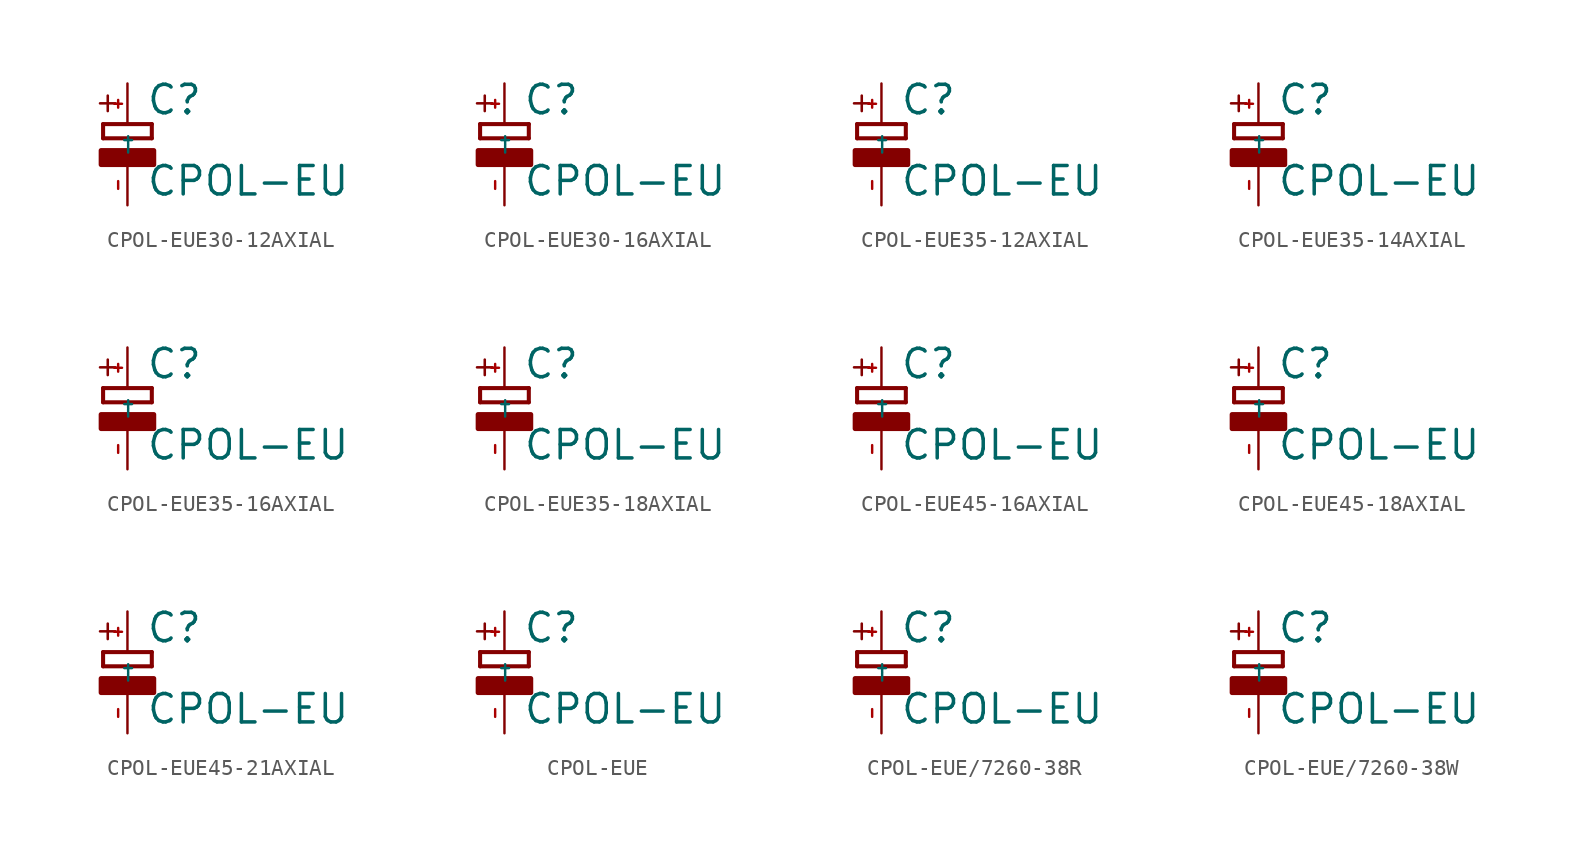
<source format=kicad_sym>
(kicad_symbol_lib
  (version 20220914)
  (generator Eagle2Kicad)
  (symbol "CPOL-EUE30-12AXIAL"
    (property "Reference" "C"
      (at 1.143 0.483 0)
      (effects (font (size 1.778 1.778) (thickness 0.22)) (justify left bottom)))
    (property "Value" "CPOL-EU"
      (at 1.143 -4.597 0)
      (effects (font (size 1.778 1.778) (thickness 0.22)) (justify left bottom)))
    (polyline
      (pts (xy -1.524 -0.889) (xy 1.524 -0.889))
      (stroke (width 0.254) (type default))
      (fill (type none)))
    (polyline
      (pts (xy 1.524 -0.889) (xy 1.524 0))
      (stroke (width 0.254) (type default))
      (fill (type none)))
    (polyline
      (pts (xy -1.524 0) (xy -1.524 -0.889))
      (stroke (width 0.254) (type default))
      (fill (type none)))
    (polyline
      (pts (xy -1.524 0) (xy 1.524 0))
      (stroke (width 0.254) (type default))
      (fill (type none)))
    (text "+"
      (at -0.584 0.406 900)
      (effects (font (size 1.27 1.27) (thickness 0.16)) (justify left bottom)))
    (rectangle
      (start -1.651 -2.54)
      (end 1.651 -1.651)
      (stroke (width 0.3) (type default))
      (fill (type outline)))
    (pin passive line
      (at 0 -5.08 90)
      (length 2.54)
      (name "-" (effects (font (size 0.635 0.635) (thickness 0.08)) (justify left bottom)))
      (number "-" (effects (font (size 0.635 0.635) (thickness 0.08)) (justify left bottom))))
    (pin passive line
      (at 0 2.54 270)
      (length 2.54)
      (name "+" (effects (font (size 0.635 0.635) (thickness 0.08)) (justify left bottom)))
      (number "+" (effects (font (size 0.635 0.635) (thickness 0.08)) (justify left bottom)))))
  (symbol "CPOL-EUE30-16AXIAL"
    (property "Reference" "C"
      (at 1.143 0.483 0)
      (effects (font (size 1.778 1.778) (thickness 0.22)) (justify left bottom)))
    (property "Value" "CPOL-EU"
      (at 1.143 -4.597 0)
      (effects (font (size 1.778 1.778) (thickness 0.22)) (justify left bottom)))
    (polyline
      (pts (xy -1.524 -0.889) (xy 1.524 -0.889))
      (stroke (width 0.254) (type default))
      (fill (type none)))
    (polyline
      (pts (xy 1.524 -0.889) (xy 1.524 0))
      (stroke (width 0.254) (type default))
      (fill (type none)))
    (polyline
      (pts (xy -1.524 0) (xy -1.524 -0.889))
      (stroke (width 0.254) (type default))
      (fill (type none)))
    (polyline
      (pts (xy -1.524 0) (xy 1.524 0))
      (stroke (width 0.254) (type default))
      (fill (type none)))
    (text "+"
      (at -0.584 0.406 900)
      (effects (font (size 1.27 1.27) (thickness 0.16)) (justify left bottom)))
    (rectangle
      (start -1.651 -2.54)
      (end 1.651 -1.651)
      (stroke (width 0.3) (type default))
      (fill (type outline)))
    (pin passive line
      (at 0 -5.08 90)
      (length 2.54)
      (name "-" (effects (font (size 0.635 0.635) (thickness 0.08)) (justify left bottom)))
      (number "-" (effects (font (size 0.635 0.635) (thickness 0.08)) (justify left bottom))))
    (pin passive line
      (at 0 2.54 270)
      (length 2.54)
      (name "+" (effects (font (size 0.635 0.635) (thickness 0.08)) (justify left bottom)))
      (number "+" (effects (font (size 0.635 0.635) (thickness 0.08)) (justify left bottom)))))
  (symbol "CPOL-EUE35-12AXIAL"
    (property "Reference" "C"
      (at 1.143 0.483 0)
      (effects (font (size 1.778 1.778) (thickness 0.22)) (justify left bottom)))
    (property "Value" "CPOL-EU"
      (at 1.143 -4.597 0)
      (effects (font (size 1.778 1.778) (thickness 0.22)) (justify left bottom)))
    (polyline
      (pts (xy -1.524 -0.889) (xy 1.524 -0.889))
      (stroke (width 0.254) (type default))
      (fill (type none)))
    (polyline
      (pts (xy 1.524 -0.889) (xy 1.524 0))
      (stroke (width 0.254) (type default))
      (fill (type none)))
    (polyline
      (pts (xy -1.524 0) (xy -1.524 -0.889))
      (stroke (width 0.254) (type default))
      (fill (type none)))
    (polyline
      (pts (xy -1.524 0) (xy 1.524 0))
      (stroke (width 0.254) (type default))
      (fill (type none)))
    (text "+"
      (at -0.584 0.406 900)
      (effects (font (size 1.27 1.27) (thickness 0.16)) (justify left bottom)))
    (rectangle
      (start -1.651 -2.54)
      (end 1.651 -1.651)
      (stroke (width 0.3) (type default))
      (fill (type outline)))
    (pin passive line
      (at 0 -5.08 90)
      (length 2.54)
      (name "-" (effects (font (size 0.635 0.635) (thickness 0.08)) (justify left bottom)))
      (number "-" (effects (font (size 0.635 0.635) (thickness 0.08)) (justify left bottom))))
    (pin passive line
      (at 0 2.54 270)
      (length 2.54)
      (name "+" (effects (font (size 0.635 0.635) (thickness 0.08)) (justify left bottom)))
      (number "+" (effects (font (size 0.635 0.635) (thickness 0.08)) (justify left bottom)))))
  (symbol "CPOL-EUE35-14AXIAL"
    (property "Reference" "C"
      (at 1.143 0.483 0)
      (effects (font (size 1.778 1.778) (thickness 0.22)) (justify left bottom)))
    (property "Value" "CPOL-EU"
      (at 1.143 -4.597 0)
      (effects (font (size 1.778 1.778) (thickness 0.22)) (justify left bottom)))
    (polyline
      (pts (xy -1.524 -0.889) (xy 1.524 -0.889))
      (stroke (width 0.254) (type default))
      (fill (type none)))
    (polyline
      (pts (xy 1.524 -0.889) (xy 1.524 0))
      (stroke (width 0.254) (type default))
      (fill (type none)))
    (polyline
      (pts (xy -1.524 0) (xy -1.524 -0.889))
      (stroke (width 0.254) (type default))
      (fill (type none)))
    (polyline
      (pts (xy -1.524 0) (xy 1.524 0))
      (stroke (width 0.254) (type default))
      (fill (type none)))
    (text "+"
      (at -0.584 0.406 900)
      (effects (font (size 1.27 1.27) (thickness 0.16)) (justify left bottom)))
    (rectangle
      (start -1.651 -2.54)
      (end 1.651 -1.651)
      (stroke (width 0.3) (type default))
      (fill (type outline)))
    (pin passive line
      (at 0 -5.08 90)
      (length 2.54)
      (name "-" (effects (font (size 0.635 0.635) (thickness 0.08)) (justify left bottom)))
      (number "-" (effects (font (size 0.635 0.635) (thickness 0.08)) (justify left bottom))))
    (pin passive line
      (at 0 2.54 270)
      (length 2.54)
      (name "+" (effects (font (size 0.635 0.635) (thickness 0.08)) (justify left bottom)))
      (number "+" (effects (font (size 0.635 0.635) (thickness 0.08)) (justify left bottom)))))
  (symbol "CPOL-EUE35-16AXIAL"
    (property "Reference" "C"
      (at 1.143 0.483 0)
      (effects (font (size 1.778 1.778) (thickness 0.22)) (justify left bottom)))
    (property "Value" "CPOL-EU"
      (at 1.143 -4.597 0)
      (effects (font (size 1.778 1.778) (thickness 0.22)) (justify left bottom)))
    (polyline
      (pts (xy -1.524 -0.889) (xy 1.524 -0.889))
      (stroke (width 0.254) (type default))
      (fill (type none)))
    (polyline
      (pts (xy 1.524 -0.889) (xy 1.524 0))
      (stroke (width 0.254) (type default))
      (fill (type none)))
    (polyline
      (pts (xy -1.524 0) (xy -1.524 -0.889))
      (stroke (width 0.254) (type default))
      (fill (type none)))
    (polyline
      (pts (xy -1.524 0) (xy 1.524 0))
      (stroke (width 0.254) (type default))
      (fill (type none)))
    (text "+"
      (at -0.584 0.406 900)
      (effects (font (size 1.27 1.27) (thickness 0.16)) (justify left bottom)))
    (rectangle
      (start -1.651 -2.54)
      (end 1.651 -1.651)
      (stroke (width 0.3) (type default))
      (fill (type outline)))
    (pin passive line
      (at 0 -5.08 90)
      (length 2.54)
      (name "-" (effects (font (size 0.635 0.635) (thickness 0.08)) (justify left bottom)))
      (number "-" (effects (font (size 0.635 0.635) (thickness 0.08)) (justify left bottom))))
    (pin passive line
      (at 0 2.54 270)
      (length 2.54)
      (name "+" (effects (font (size 0.635 0.635) (thickness 0.08)) (justify left bottom)))
      (number "+" (effects (font (size 0.635 0.635) (thickness 0.08)) (justify left bottom)))))
  (symbol "CPOL-EUE35-18AXIAL"
    (property "Reference" "C"
      (at 1.143 0.483 0)
      (effects (font (size 1.778 1.778) (thickness 0.22)) (justify left bottom)))
    (property "Value" "CPOL-EU"
      (at 1.143 -4.597 0)
      (effects (font (size 1.778 1.778) (thickness 0.22)) (justify left bottom)))
    (polyline
      (pts (xy -1.524 -0.889) (xy 1.524 -0.889))
      (stroke (width 0.254) (type default))
      (fill (type none)))
    (polyline
      (pts (xy 1.524 -0.889) (xy 1.524 0))
      (stroke (width 0.254) (type default))
      (fill (type none)))
    (polyline
      (pts (xy -1.524 0) (xy -1.524 -0.889))
      (stroke (width 0.254) (type default))
      (fill (type none)))
    (polyline
      (pts (xy -1.524 0) (xy 1.524 0))
      (stroke (width 0.254) (type default))
      (fill (type none)))
    (text "+"
      (at -0.584 0.406 900)
      (effects (font (size 1.27 1.27) (thickness 0.16)) (justify left bottom)))
    (rectangle
      (start -1.651 -2.54)
      (end 1.651 -1.651)
      (stroke (width 0.3) (type default))
      (fill (type outline)))
    (pin passive line
      (at 0 -5.08 90)
      (length 2.54)
      (name "-" (effects (font (size 0.635 0.635) (thickness 0.08)) (justify left bottom)))
      (number "-" (effects (font (size 0.635 0.635) (thickness 0.08)) (justify left bottom))))
    (pin passive line
      (at 0 2.54 270)
      (length 2.54)
      (name "+" (effects (font (size 0.635 0.635) (thickness 0.08)) (justify left bottom)))
      (number "+" (effects (font (size 0.635 0.635) (thickness 0.08)) (justify left bottom)))))
  (symbol "CPOL-EUE45-16AXIAL"
    (property "Reference" "C"
      (at 1.143 0.483 0)
      (effects (font (size 1.778 1.778) (thickness 0.22)) (justify left bottom)))
    (property "Value" "CPOL-EU"
      (at 1.143 -4.597 0)
      (effects (font (size 1.778 1.778) (thickness 0.22)) (justify left bottom)))
    (polyline
      (pts (xy -1.524 -0.889) (xy 1.524 -0.889))
      (stroke (width 0.254) (type default))
      (fill (type none)))
    (polyline
      (pts (xy 1.524 -0.889) (xy 1.524 0))
      (stroke (width 0.254) (type default))
      (fill (type none)))
    (polyline
      (pts (xy -1.524 0) (xy -1.524 -0.889))
      (stroke (width 0.254) (type default))
      (fill (type none)))
    (polyline
      (pts (xy -1.524 0) (xy 1.524 0))
      (stroke (width 0.254) (type default))
      (fill (type none)))
    (text "+"
      (at -0.584 0.406 900)
      (effects (font (size 1.27 1.27) (thickness 0.16)) (justify left bottom)))
    (rectangle
      (start -1.651 -2.54)
      (end 1.651 -1.651)
      (stroke (width 0.3) (type default))
      (fill (type outline)))
    (pin passive line
      (at 0 -5.08 90)
      (length 2.54)
      (name "-" (effects (font (size 0.635 0.635) (thickness 0.08)) (justify left bottom)))
      (number "-" (effects (font (size 0.635 0.635) (thickness 0.08)) (justify left bottom))))
    (pin passive line
      (at 0 2.54 270)
      (length 2.54)
      (name "+" (effects (font (size 0.635 0.635) (thickness 0.08)) (justify left bottom)))
      (number "+" (effects (font (size 0.635 0.635) (thickness 0.08)) (justify left bottom)))))
  (symbol "CPOL-EUE45-18AXIAL"
    (property "Reference" "C"
      (at 1.143 0.483 0)
      (effects (font (size 1.778 1.778) (thickness 0.22)) (justify left bottom)))
    (property "Value" "CPOL-EU"
      (at 1.143 -4.597 0)
      (effects (font (size 1.778 1.778) (thickness 0.22)) (justify left bottom)))
    (polyline
      (pts (xy -1.524 -0.889) (xy 1.524 -0.889))
      (stroke (width 0.254) (type default))
      (fill (type none)))
    (polyline
      (pts (xy 1.524 -0.889) (xy 1.524 0))
      (stroke (width 0.254) (type default))
      (fill (type none)))
    (polyline
      (pts (xy -1.524 0) (xy -1.524 -0.889))
      (stroke (width 0.254) (type default))
      (fill (type none)))
    (polyline
      (pts (xy -1.524 0) (xy 1.524 0))
      (stroke (width 0.254) (type default))
      (fill (type none)))
    (text "+"
      (at -0.584 0.406 900)
      (effects (font (size 1.27 1.27) (thickness 0.16)) (justify left bottom)))
    (rectangle
      (start -1.651 -2.54)
      (end 1.651 -1.651)
      (stroke (width 0.3) (type default))
      (fill (type outline)))
    (pin passive line
      (at 0 -5.08 90)
      (length 2.54)
      (name "-" (effects (font (size 0.635 0.635) (thickness 0.08)) (justify left bottom)))
      (number "-" (effects (font (size 0.635 0.635) (thickness 0.08)) (justify left bottom))))
    (pin passive line
      (at 0 2.54 270)
      (length 2.54)
      (name "+" (effects (font (size 0.635 0.635) (thickness 0.08)) (justify left bottom)))
      (number "+" (effects (font (size 0.635 0.635) (thickness 0.08)) (justify left bottom)))))
  (symbol "CPOL-EUE45-21AXIAL"
    (property "Reference" "C"
      (at 1.143 0.483 0)
      (effects (font (size 1.778 1.778) (thickness 0.22)) (justify left bottom)))
    (property "Value" "CPOL-EU"
      (at 1.143 -4.597 0)
      (effects (font (size 1.778 1.778) (thickness 0.22)) (justify left bottom)))
    (polyline
      (pts (xy -1.524 -0.889) (xy 1.524 -0.889))
      (stroke (width 0.254) (type default))
      (fill (type none)))
    (polyline
      (pts (xy 1.524 -0.889) (xy 1.524 0))
      (stroke (width 0.254) (type default))
      (fill (type none)))
    (polyline
      (pts (xy -1.524 0) (xy -1.524 -0.889))
      (stroke (width 0.254) (type default))
      (fill (type none)))
    (polyline
      (pts (xy -1.524 0) (xy 1.524 0))
      (stroke (width 0.254) (type default))
      (fill (type none)))
    (text "+"
      (at -0.584 0.406 900)
      (effects (font (size 1.27 1.27) (thickness 0.16)) (justify left bottom)))
    (rectangle
      (start -1.651 -2.54)
      (end 1.651 -1.651)
      (stroke (width 0.3) (type default))
      (fill (type outline)))
    (pin passive line
      (at 0 -5.08 90)
      (length 2.54)
      (name "-" (effects (font (size 0.635 0.635) (thickness 0.08)) (justify left bottom)))
      (number "-" (effects (font (size 0.635 0.635) (thickness 0.08)) (justify left bottom))))
    (pin passive line
      (at 0 2.54 270)
      (length 2.54)
      (name "+" (effects (font (size 0.635 0.635) (thickness 0.08)) (justify left bottom)))
      (number "+" (effects (font (size 0.635 0.635) (thickness 0.08)) (justify left bottom)))))
  (symbol "CPOL-EUE"
    (property "Reference" "C"
      (at 1.143 0.483 0)
      (effects (font (size 1.778 1.778) (thickness 0.22)) (justify left bottom)))
    (property "Value" "CPOL-EU"
      (at 1.143 -4.597 0)
      (effects (font (size 1.778 1.778) (thickness 0.22)) (justify left bottom)))
    (polyline
      (pts (xy -1.524 -0.889) (xy 1.524 -0.889))
      (stroke (width 0.254) (type default))
      (fill (type none)))
    (polyline
      (pts (xy 1.524 -0.889) (xy 1.524 0))
      (stroke (width 0.254) (type default))
      (fill (type none)))
    (polyline
      (pts (xy -1.524 0) (xy -1.524 -0.889))
      (stroke (width 0.254) (type default))
      (fill (type none)))
    (polyline
      (pts (xy -1.524 0) (xy 1.524 0))
      (stroke (width 0.254) (type default))
      (fill (type none)))
    (text "+"
      (at -0.584 0.406 900)
      (effects (font (size 1.27 1.27) (thickness 0.16)) (justify left bottom)))
    (rectangle
      (start -1.651 -2.54)
      (end 1.651 -1.651)
      (stroke (width 0.3) (type default))
      (fill (type outline)))
    (pin passive line
      (at 0 -5.08 90)
      (length 2.54)
      (name "-" (effects (font (size 0.635 0.635) (thickness 0.08)) (justify left bottom)))
      (number "-" (effects (font (size 0.635 0.635) (thickness 0.08)) (justify left bottom))))
    (pin passive line
      (at 0 2.54 270)
      (length 2.54)
      (name "+" (effects (font (size 0.635 0.635) (thickness 0.08)) (justify left bottom)))
      (number "+" (effects (font (size 0.635 0.635) (thickness 0.08)) (justify left bottom)))))
  (symbol "CPOL-EUE/7260-38R"
    (property "Reference" "C"
      (at 1.143 0.483 0)
      (effects (font (size 1.778 1.778) (thickness 0.22)) (justify left bottom)))
    (property "Value" "CPOL-EU"
      (at 1.143 -4.597 0)
      (effects (font (size 1.778 1.778) (thickness 0.22)) (justify left bottom)))
    (polyline
      (pts (xy -1.524 -0.889) (xy 1.524 -0.889))
      (stroke (width 0.254) (type default))
      (fill (type none)))
    (polyline
      (pts (xy 1.524 -0.889) (xy 1.524 0))
      (stroke (width 0.254) (type default))
      (fill (type none)))
    (polyline
      (pts (xy -1.524 0) (xy -1.524 -0.889))
      (stroke (width 0.254) (type default))
      (fill (type none)))
    (polyline
      (pts (xy -1.524 0) (xy 1.524 0))
      (stroke (width 0.254) (type default))
      (fill (type none)))
    (text "+"
      (at -0.584 0.406 900)
      (effects (font (size 1.27 1.27) (thickness 0.16)) (justify left bottom)))
    (rectangle
      (start -1.651 -2.54)
      (end 1.651 -1.651)
      (stroke (width 0.3) (type default))
      (fill (type outline)))
    (pin passive line
      (at 0 -5.08 90)
      (length 2.54)
      (name "-" (effects (font (size 0.635 0.635) (thickness 0.08)) (justify left bottom)))
      (number "-" (effects (font (size 0.635 0.635) (thickness 0.08)) (justify left bottom))))
    (pin passive line
      (at 0 2.54 270)
      (length 2.54)
      (name "+" (effects (font (size 0.635 0.635) (thickness 0.08)) (justify left bottom)))
      (number "+" (effects (font (size 0.635 0.635) (thickness 0.08)) (justify left bottom)))))
  (symbol "CPOL-EUE/7260-38W"
    (property "Reference" "C"
      (at 1.143 0.483 0)
      (effects (font (size 1.778 1.778) (thickness 0.22)) (justify left bottom)))
    (property "Value" "CPOL-EU"
      (at 1.143 -4.597 0)
      (effects (font (size 1.778 1.778) (thickness 0.22)) (justify left bottom)))
    (polyline
      (pts (xy -1.524 -0.889) (xy 1.524 -0.889))
      (stroke (width 0.254) (type default))
      (fill (type none)))
    (polyline
      (pts (xy 1.524 -0.889) (xy 1.524 0))
      (stroke (width 0.254) (type default))
      (fill (type none)))
    (polyline
      (pts (xy -1.524 0) (xy -1.524 -0.889))
      (stroke (width 0.254) (type default))
      (fill (type none)))
    (polyline
      (pts (xy -1.524 0) (xy 1.524 0))
      (stroke (width 0.254) (type default))
      (fill (type none)))
    (text "+"
      (at -0.584 0.406 900)
      (effects (font (size 1.27 1.27) (thickness 0.16)) (justify left bottom)))
    (rectangle
      (start -1.651 -2.54)
      (end 1.651 -1.651)
      (stroke (width 0.3) (type default))
      (fill (type outline)))
    (pin passive line
      (at 0 -5.08 90)
      (length 2.54)
      (name "-" (effects (font (size 0.635 0.635) (thickness 0.08)) (justify left bottom)))
      (number "-" (effects (font (size 0.635 0.635) (thickness 0.08)) (justify left bottom))))
    (pin passive line
      (at 0 2.54 270)
      (length 2.54)
      (name "+" (effects (font (size 0.635 0.635) (thickness 0.08)) (justify left bottom)))
      (number "+" (effects (font (size 0.635 0.635) (thickness 0.08)) (justify left bottom))))))
</source>
